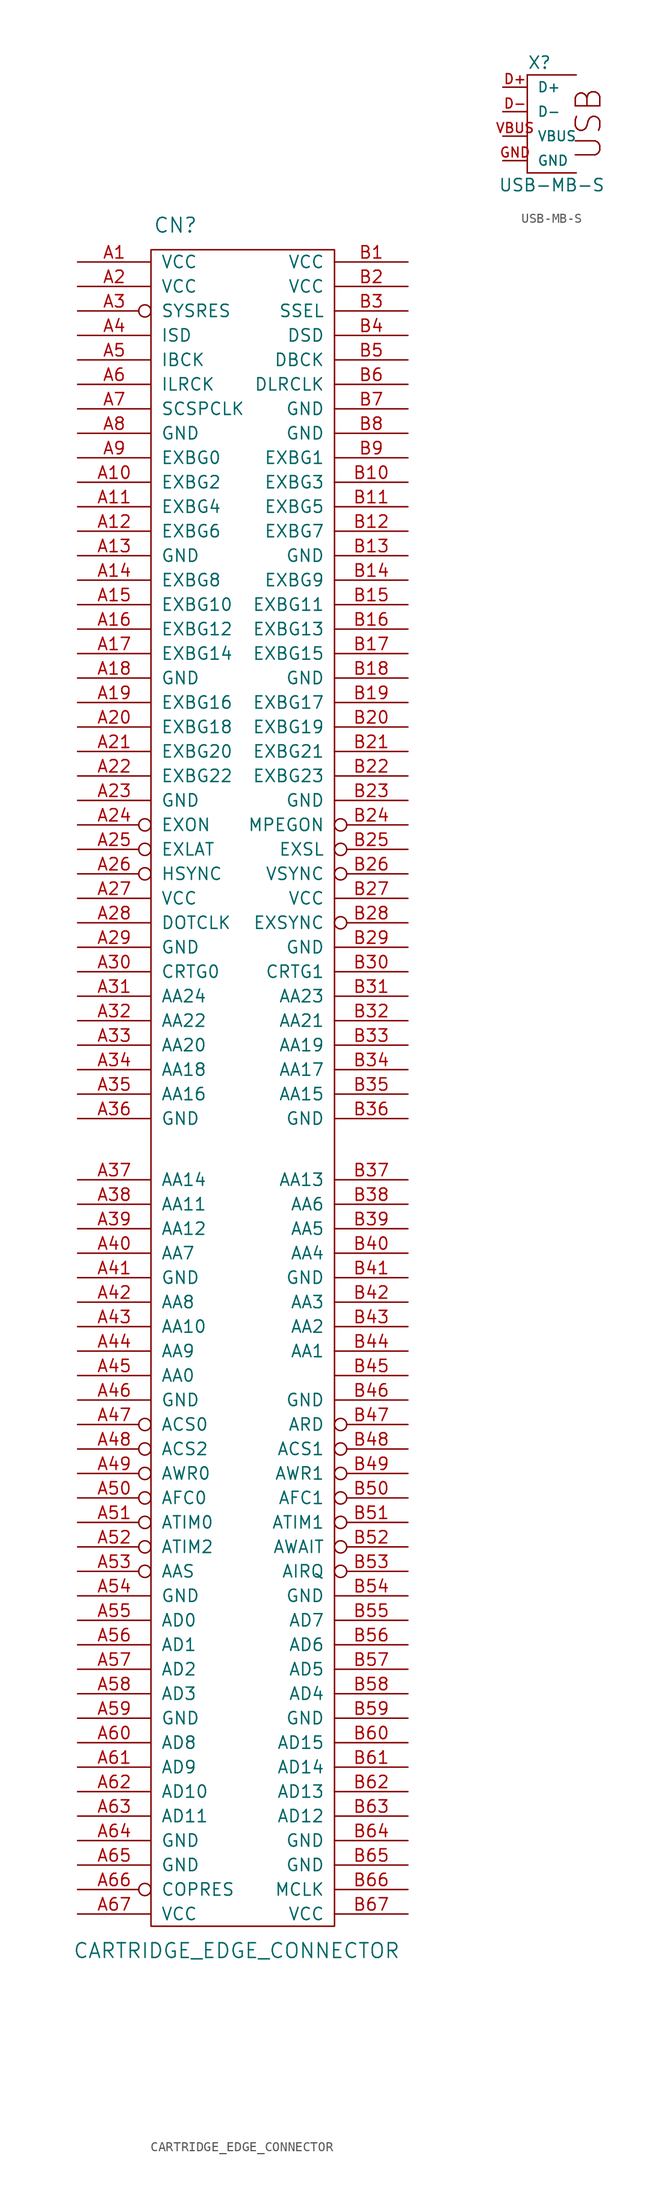
<source format=kicad_sym>
(kicad_symbol_lib
  (version 20211014)
  (generator kicad_symbol_editor)
  (symbol "CARTRIDGE_EDGE_CONNECTOR"
    (pin_names
      (offset 1.016))
    (property "Reference" "CN"
      (at -6.35 96.52 0)
      (effects (font (size 1.524 1.524))))
    (property "Value" "CARTRIDGE_EDGE_CONNECTOR"
      (at 0 -82.55 0)
      (effects (font (size 1.524 1.524))))
    (property "Footprint" ""
      (at 0 0 0)
      (effects (font (size 1.524 1.524))))
    (property "Datasheet" ""
      (at 0 0 0)
      (effects (font (size 1.524 1.524))))
    (symbol "CARTRIDGE_EDGE_CONNECTOR_0_1"
      (rectangle (start -8.89 93.98) (end 10.16 -80.01) (stroke (width 0) (type default) (color 0 0 0 0)) (fill (type none))))
    (symbol "CARTRIDGE_EDGE_CONNECTOR_1_1"
      (pin power_in line (at -16.51 92.71 0) (length 7.62) (name "VCC" (effects (font (size 1.27 1.27)))) (number "A1" (effects (font (size 1.27 1.27)))))
      (pin input line (at -16.51 69.85 0) (length 7.62) (name "EXBG2" (effects (font (size 1.27 1.27)))) (number "A10" (effects (font (size 1.27 1.27)))))
      (pin input line (at -16.51 67.31 0) (length 7.62) (name "EXBG4" (effects (font (size 1.27 1.27)))) (number "A11" (effects (font (size 1.27 1.27)))))
      (pin input line (at -16.51 64.77 0) (length 7.62) (name "EXBG6" (effects (font (size 1.27 1.27)))) (number "A12" (effects (font (size 1.27 1.27)))))
      (pin power_in line (at -16.51 62.23 0) (length 7.62) (name "GND" (effects (font (size 1.27 1.27)))) (number "A13" (effects (font (size 1.27 1.27)))))
      (pin input line (at -16.51 59.69 0) (length 7.62) (name "EXBG8" (effects (font (size 1.27 1.27)))) (number "A14" (effects (font (size 1.27 1.27)))))
      (pin input line (at -16.51 57.15 0) (length 7.62) (name "EXBG10" (effects (font (size 1.27 1.27)))) (number "A15" (effects (font (size 1.27 1.27)))))
      (pin input line (at -16.51 54.61 0) (length 7.62) (name "EXBG12" (effects (font (size 1.27 1.27)))) (number "A16" (effects (font (size 1.27 1.27)))))
      (pin input line (at -16.51 52.07 0) (length 7.62) (name "EXBG14" (effects (font (size 1.27 1.27)))) (number "A17" (effects (font (size 1.27 1.27)))))
      (pin power_in line (at -16.51 49.53 0) (length 7.62) (name "GND" (effects (font (size 1.27 1.27)))) (number "A18" (effects (font (size 1.27 1.27)))))
      (pin input line (at -16.51 46.99 0) (length 7.62) (name "EXBG16" (effects (font (size 1.27 1.27)))) (number "A19" (effects (font (size 1.27 1.27)))))
      (pin power_in line (at -16.51 90.17 0) (length 7.62) (name "VCC" (effects (font (size 1.27 1.27)))) (number "A2" (effects (font (size 1.27 1.27)))))
      (pin input line (at -16.51 44.45 0) (length 7.62) (name "EXBG18" (effects (font (size 1.27 1.27)))) (number "A20" (effects (font (size 1.27 1.27)))))
      (pin input line (at -16.51 41.91 0) (length 7.62) (name "EXBG20" (effects (font (size 1.27 1.27)))) (number "A21" (effects (font (size 1.27 1.27)))))
      (pin input line (at -16.51 39.37 0) (length 7.62) (name "EXBG22" (effects (font (size 1.27 1.27)))) (number "A22" (effects (font (size 1.27 1.27)))))
      (pin power_in line (at -16.51 36.83 0) (length 7.62) (name "GND" (effects (font (size 1.27 1.27)))) (number "A23" (effects (font (size 1.27 1.27)))))
      (pin input inverted (at -16.51 34.29 0) (length 7.62) (name "EXON" (effects (font (size 1.27 1.27)))) (number "A24" (effects (font (size 1.27 1.27)))))
      (pin input inverted (at -16.51 31.75 0) (length 7.62) (name "EXLAT" (effects (font (size 1.27 1.27)))) (number "A25" (effects (font (size 1.27 1.27)))))
      (pin input inverted (at -16.51 29.21 0) (length 7.62) (name "HSYNC" (effects (font (size 1.27 1.27)))) (number "A26" (effects (font (size 1.27 1.27)))))
      (pin power_in line (at -16.51 26.67 0) (length 7.62) (name "VCC" (effects (font (size 1.27 1.27)))) (number "A27" (effects (font (size 1.27 1.27)))))
      (pin input line (at -16.51 24.13 0) (length 7.62) (name "DOTCLK" (effects (font (size 1.27 1.27)))) (number "A28" (effects (font (size 1.27 1.27)))))
      (pin power_in line (at -16.51 21.59 0) (length 7.62) (name "GND" (effects (font (size 1.27 1.27)))) (number "A29" (effects (font (size 1.27 1.27)))))
      (pin input inverted (at -16.51 87.63 0) (length 7.62) (name "SYSRES" (effects (font (size 1.27 1.27)))) (number "A3" (effects (font (size 1.27 1.27)))))
      (pin input line (at -16.51 19.05 0) (length 7.62) (name "CRTG0" (effects (font (size 1.27 1.27)))) (number "A30" (effects (font (size 1.27 1.27)))))
      (pin output line (at -16.51 16.51 0) (length 7.62) (name "AA24" (effects (font (size 1.27 1.27)))) (number "A31" (effects (font (size 1.27 1.27)))))
      (pin output line (at -16.51 13.97 0) (length 7.62) (name "AA22" (effects (font (size 1.27 1.27)))) (number "A32" (effects (font (size 1.27 1.27)))))
      (pin output line (at -16.51 11.43 0) (length 7.62) (name "AA20" (effects (font (size 1.27 1.27)))) (number "A33" (effects (font (size 1.27 1.27)))))
      (pin output line (at -16.51 8.89 0) (length 7.62) (name "AA18" (effects (font (size 1.27 1.27)))) (number "A34" (effects (font (size 1.27 1.27)))))
      (pin output line (at -16.51 6.35 0) (length 7.62) (name "AA16" (effects (font (size 1.27 1.27)))) (number "A35" (effects (font (size 1.27 1.27)))))
      (pin power_in line (at -16.51 3.81 0) (length 7.62) (name "GND" (effects (font (size 1.27 1.27)))) (number "A36" (effects (font (size 1.27 1.27)))))
      (pin output line (at -16.51 -2.54 0) (length 7.62) (name "AA14" (effects (font (size 1.27 1.27)))) (number "A37" (effects (font (size 1.27 1.27)))))
      (pin output line (at -16.51 -5.08 0) (length 7.62) (name "AA11" (effects (font (size 1.27 1.27)))) (number "A38" (effects (font (size 1.27 1.27)))))
      (pin output line (at -16.51 -7.62 0) (length 7.62) (name "AA12" (effects (font (size 1.27 1.27)))) (number "A39" (effects (font (size 1.27 1.27)))))
      (pin input line (at -16.51 85.09 0) (length 7.62) (name "ISD" (effects (font (size 1.27 1.27)))) (number "A4" (effects (font (size 1.27 1.27)))))
      (pin output line (at -16.51 -10.16 0) (length 7.62) (name "AA7" (effects (font (size 1.27 1.27)))) (number "A40" (effects (font (size 1.27 1.27)))))
      (pin power_in line (at -16.51 -12.7 0) (length 7.62) (name "GND" (effects (font (size 1.27 1.27)))) (number "A41" (effects (font (size 1.27 1.27)))))
      (pin output line (at -16.51 -15.24 0) (length 7.62) (name "AA8" (effects (font (size 1.27 1.27)))) (number "A42" (effects (font (size 1.27 1.27)))))
      (pin output line (at -16.51 -17.78 0) (length 7.62) (name "AA10" (effects (font (size 1.27 1.27)))) (number "A43" (effects (font (size 1.27 1.27)))))
      (pin output line (at -16.51 -20.32 0) (length 7.62) (name "AA9" (effects (font (size 1.27 1.27)))) (number "A44" (effects (font (size 1.27 1.27)))))
      (pin output line (at -16.51 -22.86 0) (length 7.62) (name "AA0" (effects (font (size 1.27 1.27)))) (number "A45" (effects (font (size 1.27 1.27)))))
      (pin power_in line (at -16.51 -25.4 0) (length 7.62) (name "GND" (effects (font (size 1.27 1.27)))) (number "A46" (effects (font (size 1.27 1.27)))))
      (pin output inverted (at -16.51 -27.94 0) (length 7.62) (name "ACS0" (effects (font (size 1.27 1.27)))) (number "A47" (effects (font (size 1.27 1.27)))))
      (pin output inverted (at -16.51 -30.48 0) (length 7.62) (name "ACS2" (effects (font (size 1.27 1.27)))) (number "A48" (effects (font (size 1.27 1.27)))))
      (pin output inverted (at -16.51 -33.02 0) (length 7.62) (name "AWR0" (effects (font (size 1.27 1.27)))) (number "A49" (effects (font (size 1.27 1.27)))))
      (pin input line (at -16.51 82.55 0) (length 7.62) (name "IBCK" (effects (font (size 1.27 1.27)))) (number "A5" (effects (font (size 1.27 1.27)))))
      (pin output inverted (at -16.51 -35.56 0) (length 7.62) (name "AFC0" (effects (font (size 1.27 1.27)))) (number "A50" (effects (font (size 1.27 1.27)))))
      (pin input inverted (at -16.51 -38.1 0) (length 7.62) (name "ATIM0" (effects (font (size 1.27 1.27)))) (number "A51" (effects (font (size 1.27 1.27)))))
      (pin input inverted (at -16.51 -40.64 0) (length 7.62) (name "ATIM2" (effects (font (size 1.27 1.27)))) (number "A52" (effects (font (size 1.27 1.27)))))
      (pin input inverted (at -16.51 -43.18 0) (length 7.62) (name "AAS" (effects (font (size 1.27 1.27)))) (number "A53" (effects (font (size 1.27 1.27)))))
      (pin power_in line (at -16.51 -45.72 0) (length 7.62) (name "GND" (effects (font (size 1.27 1.27)))) (number "A54" (effects (font (size 1.27 1.27)))))
      (pin bidirectional line (at -16.51 -48.26 0) (length 7.62) (name "AD0" (effects (font (size 1.27 1.27)))) (number "A55" (effects (font (size 1.27 1.27)))))
      (pin bidirectional line (at -16.51 -50.8 0) (length 7.62) (name "AD1" (effects (font (size 1.27 1.27)))) (number "A56" (effects (font (size 1.27 1.27)))))
      (pin bidirectional line (at -16.51 -53.34 0) (length 7.62) (name "AD2" (effects (font (size 1.27 1.27)))) (number "A57" (effects (font (size 1.27 1.27)))))
      (pin bidirectional line (at -16.51 -55.88 0) (length 7.62) (name "AD3" (effects (font (size 1.27 1.27)))) (number "A58" (effects (font (size 1.27 1.27)))))
      (pin power_in line (at -16.51 -58.42 0) (length 7.62) (name "GND" (effects (font (size 1.27 1.27)))) (number "A59" (effects (font (size 1.27 1.27)))))
      (pin input line (at -16.51 80.01 0) (length 7.62) (name "ILRCK" (effects (font (size 1.27 1.27)))) (number "A6" (effects (font (size 1.27 1.27)))))
      (pin bidirectional line (at -16.51 -60.96 0) (length 7.62) (name "AD8" (effects (font (size 1.27 1.27)))) (number "A60" (effects (font (size 1.27 1.27)))))
      (pin bidirectional line (at -16.51 -63.5 0) (length 7.62) (name "AD9" (effects (font (size 1.27 1.27)))) (number "A61" (effects (font (size 1.27 1.27)))))
      (pin bidirectional line (at -16.51 -66.04 0) (length 7.62) (name "AD10" (effects (font (size 1.27 1.27)))) (number "A62" (effects (font (size 1.27 1.27)))))
      (pin bidirectional line (at -16.51 -68.58 0) (length 7.62) (name "AD11" (effects (font (size 1.27 1.27)))) (number "A63" (effects (font (size 1.27 1.27)))))
      (pin power_in line (at -16.51 -71.12 0) (length 7.62) (name "GND" (effects (font (size 1.27 1.27)))) (number "A64" (effects (font (size 1.27 1.27)))))
      (pin power_in line (at -16.51 -73.66 0) (length 7.62) (name "GND" (effects (font (size 1.27 1.27)))) (number "A65" (effects (font (size 1.27 1.27)))))
      (pin input inverted (at -16.51 -76.2 0) (length 7.62) (name "COPRES" (effects (font (size 1.27 1.27)))) (number "A66" (effects (font (size 1.27 1.27)))))
      (pin power_in line (at -16.51 -78.74 0) (length 7.62) (name "VCC" (effects (font (size 1.27 1.27)))) (number "A67" (effects (font (size 1.27 1.27)))))
      (pin input line (at -16.51 77.47 0) (length 7.62) (name "SCSPCLK" (effects (font (size 1.27 1.27)))) (number "A7" (effects (font (size 1.27 1.27)))))
      (pin power_in line (at -16.51 74.93 0) (length 7.62) (name "GND" (effects (font (size 1.27 1.27)))) (number "A8" (effects (font (size 1.27 1.27)))))
      (pin input line (at -16.51 72.39 0) (length 7.62) (name "EXBG0" (effects (font (size 1.27 1.27)))) (number "A9" (effects (font (size 1.27 1.27)))))
      (pin power_in line (at 17.78 92.71 180) (length 7.62) (name "VCC" (effects (font (size 1.27 1.27)))) (number "B1" (effects (font (size 1.27 1.27)))))
      (pin input line (at 17.78 69.85 180) (length 7.62) (name "EXBG3" (effects (font (size 1.27 1.27)))) (number "B10" (effects (font (size 1.27 1.27)))))
      (pin input line (at 17.78 67.31 180) (length 7.62) (name "EXBG5" (effects (font (size 1.27 1.27)))) (number "B11" (effects (font (size 1.27 1.27)))))
      (pin input line (at 17.78 64.77 180) (length 7.62) (name "EXBG7" (effects (font (size 1.27 1.27)))) (number "B12" (effects (font (size 1.27 1.27)))))
      (pin power_in line (at 17.78 62.23 180) (length 7.62) (name "GND" (effects (font (size 1.27 1.27)))) (number "B13" (effects (font (size 1.27 1.27)))))
      (pin input line (at 17.78 59.69 180) (length 7.62) (name "EXBG9" (effects (font (size 1.27 1.27)))) (number "B14" (effects (font (size 1.27 1.27)))))
      (pin input line (at 17.78 57.15 180) (length 7.62) (name "EXBG11" (effects (font (size 1.27 1.27)))) (number "B15" (effects (font (size 1.27 1.27)))))
      (pin input line (at 17.78 54.61 180) (length 7.62) (name "EXBG13" (effects (font (size 1.27 1.27)))) (number "B16" (effects (font (size 1.27 1.27)))))
      (pin input line (at 17.78 52.07 180) (length 7.62) (name "EXBG15" (effects (font (size 1.27 1.27)))) (number "B17" (effects (font (size 1.27 1.27)))))
      (pin power_in line (at 17.78 49.53 180) (length 7.62) (name "GND" (effects (font (size 1.27 1.27)))) (number "B18" (effects (font (size 1.27 1.27)))))
      (pin input line (at 17.78 46.99 180) (length 7.62) (name "EXBG17" (effects (font (size 1.27 1.27)))) (number "B19" (effects (font (size 1.27 1.27)))))
      (pin power_in line (at 17.78 90.17 180) (length 7.62) (name "VCC" (effects (font (size 1.27 1.27)))) (number "B2" (effects (font (size 1.27 1.27)))))
      (pin input line (at 17.78 44.45 180) (length 7.62) (name "EXBG19" (effects (font (size 1.27 1.27)))) (number "B20" (effects (font (size 1.27 1.27)))))
      (pin input line (at 17.78 41.91 180) (length 7.62) (name "EXBG21" (effects (font (size 1.27 1.27)))) (number "B21" (effects (font (size 1.27 1.27)))))
      (pin input line (at 17.78 39.37 180) (length 7.62) (name "EXBG23" (effects (font (size 1.27 1.27)))) (number "B22" (effects (font (size 1.27 1.27)))))
      (pin power_in line (at 17.78 36.83 180) (length 7.62) (name "GND" (effects (font (size 1.27 1.27)))) (number "B23" (effects (font (size 1.27 1.27)))))
      (pin input inverted (at 17.78 34.29 180) (length 7.62) (name "MPEGON" (effects (font (size 1.27 1.27)))) (number "B24" (effects (font (size 1.27 1.27)))))
      (pin input inverted (at 17.78 31.75 180) (length 7.62) (name "EXSL" (effects (font (size 1.27 1.27)))) (number "B25" (effects (font (size 1.27 1.27)))))
      (pin input inverted (at 17.78 29.21 180) (length 7.62) (name "VSYNC" (effects (font (size 1.27 1.27)))) (number "B26" (effects (font (size 1.27 1.27)))))
      (pin power_in line (at 17.78 26.67 180) (length 7.62) (name "VCC" (effects (font (size 1.27 1.27)))) (number "B27" (effects (font (size 1.27 1.27)))))
      (pin input inverted (at 17.78 24.13 180) (length 7.62) (name "EXSYNC" (effects (font (size 1.27 1.27)))) (number "B28" (effects (font (size 1.27 1.27)))))
      (pin power_in line (at 17.78 21.59 180) (length 7.62) (name "GND" (effects (font (size 1.27 1.27)))) (number "B29" (effects (font (size 1.27 1.27)))))
      (pin input line (at 17.78 87.63 180) (length 7.62) (name "SSEL" (effects (font (size 1.27 1.27)))) (number "B3" (effects (font (size 1.27 1.27)))))
      (pin input line (at 17.78 19.05 180) (length 7.62) (name "CRTG1" (effects (font (size 1.27 1.27)))) (number "B30" (effects (font (size 1.27 1.27)))))
      (pin input line (at 17.78 16.51 180) (length 7.62) (name "AA23" (effects (font (size 1.27 1.27)))) (number "B31" (effects (font (size 1.27 1.27)))))
      (pin output line (at 17.78 13.97 180) (length 7.62) (name "AA21" (effects (font (size 1.27 1.27)))) (number "B32" (effects (font (size 1.27 1.27)))))
      (pin output line (at 17.78 11.43 180) (length 7.62) (name "AA19" (effects (font (size 1.27 1.27)))) (number "B33" (effects (font (size 1.27 1.27)))))
      (pin output line (at 17.78 8.89 180) (length 7.62) (name "AA17" (effects (font (size 1.27 1.27)))) (number "B34" (effects (font (size 1.27 1.27)))))
      (pin output line (at 17.78 6.35 180) (length 7.62) (name "AA15" (effects (font (size 1.27 1.27)))) (number "B35" (effects (font (size 1.27 1.27)))))
      (pin power_in line (at 17.78 3.81 180) (length 7.62) (name "GND" (effects (font (size 1.27 1.27)))) (number "B36" (effects (font (size 1.27 1.27)))))
      (pin output line (at 17.78 -2.54 180) (length 7.62) (name "AA13" (effects (font (size 1.27 1.27)))) (number "B37" (effects (font (size 1.27 1.27)))))
      (pin output line (at 17.78 -5.08 180) (length 7.62) (name "AA6" (effects (font (size 1.27 1.27)))) (number "B38" (effects (font (size 1.27 1.27)))))
      (pin output line (at 17.78 -7.62 180) (length 7.62) (name "AA5" (effects (font (size 1.27 1.27)))) (number "B39" (effects (font (size 1.27 1.27)))))
      (pin input line (at 17.78 85.09 180) (length 7.62) (name "DSD" (effects (font (size 1.27 1.27)))) (number "B4" (effects (font (size 1.27 1.27)))))
      (pin output line (at 17.78 -10.16 180) (length 7.62) (name "AA4" (effects (font (size 1.27 1.27)))) (number "B40" (effects (font (size 1.27 1.27)))))
      (pin power_in line (at 17.78 -12.7 180) (length 7.62) (name "GND" (effects (font (size 1.27 1.27)))) (number "B41" (effects (font (size 1.27 1.27)))))
      (pin output line (at 17.78 -15.24 180) (length 7.62) (name "AA3" (effects (font (size 1.27 1.27)))) (number "B42" (effects (font (size 1.27 1.27)))))
      (pin output line (at 17.78 -17.78 180) (length 7.62) (name "AA2" (effects (font (size 1.27 1.27)))) (number "B43" (effects (font (size 1.27 1.27)))))
      (pin output line (at 17.78 -20.32 180) (length 7.62) (name "AA1" (effects (font (size 1.27 1.27)))) (number "B44" (effects (font (size 1.27 1.27)))))
      (pin input line (at 17.78 -22.86 180) (length 7.62) (name "~" (effects (font (size 1.27 1.27)))) (number "B45" (effects (font (size 1.27 1.27)))))
      (pin power_in line (at 17.78 -25.4 180) (length 7.62) (name "GND" (effects (font (size 1.27 1.27)))) (number "B46" (effects (font (size 1.27 1.27)))))
      (pin output inverted (at 17.78 -27.94 180) (length 7.62) (name "ARD" (effects (font (size 1.27 1.27)))) (number "B47" (effects (font (size 1.27 1.27)))))
      (pin output inverted (at 17.78 -30.48 180) (length 7.62) (name "ACS1" (effects (font (size 1.27 1.27)))) (number "B48" (effects (font (size 1.27 1.27)))))
      (pin output inverted (at 17.78 -33.02 180) (length 7.62) (name "AWR1" (effects (font (size 1.27 1.27)))) (number "B49" (effects (font (size 1.27 1.27)))))
      (pin input line (at 17.78 82.55 180) (length 7.62) (name "DBCK" (effects (font (size 1.27 1.27)))) (number "B5" (effects (font (size 1.27 1.27)))))
      (pin input inverted (at 17.78 -35.56 180) (length 7.62) (name "AFC1" (effects (font (size 1.27 1.27)))) (number "B50" (effects (font (size 1.27 1.27)))))
      (pin input inverted (at 17.78 -38.1 180) (length 7.62) (name "ATIM1" (effects (font (size 1.27 1.27)))) (number "B51" (effects (font (size 1.27 1.27)))))
      (pin input inverted (at 17.78 -40.64 180) (length 7.62) (name "AWAIT" (effects (font (size 1.27 1.27)))) (number "B52" (effects (font (size 1.27 1.27)))))
      (pin input inverted (at 17.78 -43.18 180) (length 7.62) (name "AIRQ" (effects (font (size 1.27 1.27)))) (number "B53" (effects (font (size 1.27 1.27)))))
      (pin power_in line (at 17.78 -45.72 180) (length 7.62) (name "GND" (effects (font (size 1.27 1.27)))) (number "B54" (effects (font (size 1.27 1.27)))))
      (pin bidirectional line (at 17.78 -48.26 180) (length 7.62) (name "AD7" (effects (font (size 1.27 1.27)))) (number "B55" (effects (font (size 1.27 1.27)))))
      (pin bidirectional line (at 17.78 -50.8 180) (length 7.62) (name "AD6" (effects (font (size 1.27 1.27)))) (number "B56" (effects (font (size 1.27 1.27)))))
      (pin bidirectional line (at 17.78 -53.34 180) (length 7.62) (name "AD5" (effects (font (size 1.27 1.27)))) (number "B57" (effects (font (size 1.27 1.27)))))
      (pin bidirectional line (at 17.78 -55.88 180) (length 7.62) (name "AD4" (effects (font (size 1.27 1.27)))) (number "B58" (effects (font (size 1.27 1.27)))))
      (pin power_in line (at 17.78 -58.42 180) (length 7.62) (name "GND" (effects (font (size 1.27 1.27)))) (number "B59" (effects (font (size 1.27 1.27)))))
      (pin input line (at 17.78 80.01 180) (length 7.62) (name "DLRCLK" (effects (font (size 1.27 1.27)))) (number "B6" (effects (font (size 1.27 1.27)))))
      (pin bidirectional line (at 17.78 -60.96 180) (length 7.62) (name "AD15" (effects (font (size 1.27 1.27)))) (number "B60" (effects (font (size 1.27 1.27)))))
      (pin bidirectional line (at 17.78 -63.5 180) (length 7.62) (name "AD14" (effects (font (size 1.27 1.27)))) (number "B61" (effects (font (size 1.27 1.27)))))
      (pin bidirectional line (at 17.78 -66.04 180) (length 7.62) (name "AD13" (effects (font (size 1.27 1.27)))) (number "B62" (effects (font (size 1.27 1.27)))))
      (pin bidirectional line (at 17.78 -68.58 180) (length 7.62) (name "AD12" (effects (font (size 1.27 1.27)))) (number "B63" (effects (font (size 1.27 1.27)))))
      (pin power_in line (at 17.78 -71.12 180) (length 7.62) (name "GND" (effects (font (size 1.27 1.27)))) (number "B64" (effects (font (size 1.27 1.27)))))
      (pin power_in line (at 17.78 -73.66 180) (length 7.62) (name "GND" (effects (font (size 1.27 1.27)))) (number "B65" (effects (font (size 1.27 1.27)))))
      (pin output line (at 17.78 -76.2 180) (length 7.62) (name "MCLK" (effects (font (size 1.27 1.27)))) (number "B66" (effects (font (size 1.27 1.27)))))
      (pin power_in line (at 17.78 -78.74 180) (length 7.62) (name "VCC" (effects (font (size 1.27 1.27)))) (number "B67" (effects (font (size 1.27 1.27)))))
      (pin power_in line (at 17.78 77.47 180) (length 7.62) (name "GND" (effects (font (size 1.27 1.27)))) (number "B7" (effects (font (size 1.27 1.27)))))
      (pin power_in line (at 17.78 74.93 180) (length 7.62) (name "GND" (effects (font (size 1.27 1.27)))) (number "B8" (effects (font (size 1.27 1.27)))))
      (pin input line (at 17.78 72.39 180) (length 7.62) (name "EXBG1" (effects (font (size 1.27 1.27)))) (number "B9" (effects (font (size 1.27 1.27)))))))
  (symbol "USB-MB-S"
    (pin_names
      (offset 1.016))
    (property "Reference" "X"
      (at 1.27 10.16 0)
      (effects (font (size 1.27 1.27))))
    (property "Value" "USB-MB-S"
      (at 2.54 -2.54 0)
      (effects (font (size 1.27 1.27))))
    (property "Datasheet" ""
      (at 0 0 0)
      (effects (font (size 1.524 1.524))))
    (property "ki_locked" ""
      (at 0 0 0)
      (effects (font (size 1.27 1.27))))
    (symbol "USB-MB-S_1_0"
      (polyline (pts (xy 0 -1.27) (xy 5.08 -1.27)) (stroke (width 0) (type default) (color 0 0 0 0)) (fill (type none)))
      (polyline (pts (xy 0 8.89) (xy 0 -1.27)) (stroke (width 0) (type default) (color 0 0 0 0)) (fill (type none)))
      (polyline (pts (xy 5.08 8.89) (xy 0 8.89)) (stroke (width 0) (type default) (color 0 0 0 0)) (fill (type none)))
      (text "USB" (at 6.35 3.81 900) (effects (font (size 2.54 2.54)))))
    (symbol "USB-MB-S_1_1"
      (pin bidirectional line (at -2.54 7.62 0) (length 2.54) (name "D+" (effects (font (size 1.016 1.016)))) (number "D+" (effects (font (size 1.016 1.016)))))
      (pin bidirectional line (at -2.54 5.08 0) (length 2.54) (name "D-" (effects (font (size 1.016 1.016)))) (number "D-" (effects (font (size 1.016 1.016)))))
      (pin bidirectional line (at -2.54 0 0) (length 2.54) (name "GND" (effects (font (size 1.016 1.016)))) (number "GND" (effects (font (size 1.016 1.016)))))
      (pin bidirectional line (at -2.54 2.54 0) (length 2.54) (name "VBUS" (effects (font (size 1.016 1.016)))) (number "VBUS" (effects (font (size 1.016 1.016))))))))
</source>
